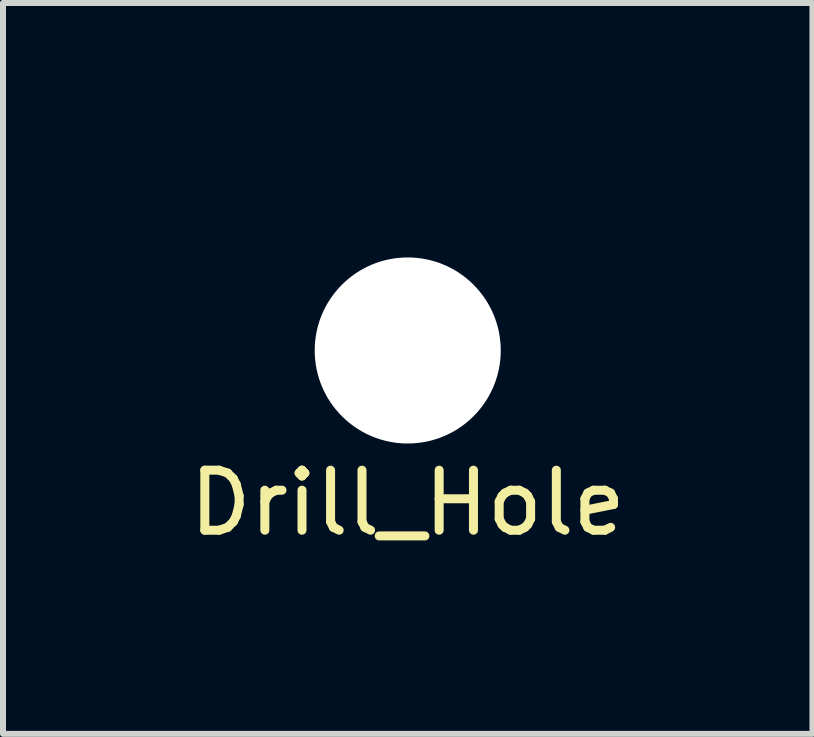
<source format=kicad_pcb>
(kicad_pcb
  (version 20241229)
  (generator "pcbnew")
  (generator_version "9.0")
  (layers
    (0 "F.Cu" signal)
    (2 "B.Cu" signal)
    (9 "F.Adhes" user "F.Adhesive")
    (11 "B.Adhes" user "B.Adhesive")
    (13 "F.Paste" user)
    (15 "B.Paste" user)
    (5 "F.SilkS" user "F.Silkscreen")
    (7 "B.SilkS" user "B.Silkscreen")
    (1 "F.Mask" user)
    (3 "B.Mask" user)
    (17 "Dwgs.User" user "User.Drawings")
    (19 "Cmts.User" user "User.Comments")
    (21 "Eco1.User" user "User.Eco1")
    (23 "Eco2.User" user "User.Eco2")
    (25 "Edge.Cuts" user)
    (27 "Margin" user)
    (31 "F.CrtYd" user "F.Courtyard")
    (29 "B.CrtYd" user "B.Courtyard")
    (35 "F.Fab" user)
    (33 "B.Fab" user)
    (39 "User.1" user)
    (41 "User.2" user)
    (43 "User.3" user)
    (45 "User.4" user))
  (footprint "Drill_Hole"
    (layer "F.Cu")
    (at 3.744 0.25)
    (property "Reference" "Drill_Hole" (at 0 5.08 0) (layer "F.SilkS") (effects (font (size 1 1) (thickness 0.15))))
    (attr through_hole)
    (pad "" np_thru_hole circle (at 0 2.54) (size 3.1 3.1) (drill 3.1) (layers "*.Cu" "*.Mask")))
  (gr_rect
    (start -3 -3)
    (end 10.488 9.178)
    (stroke (width 0.1) (type default))
    (fill no)
    (layer "Edge.Cuts")))
</source>
